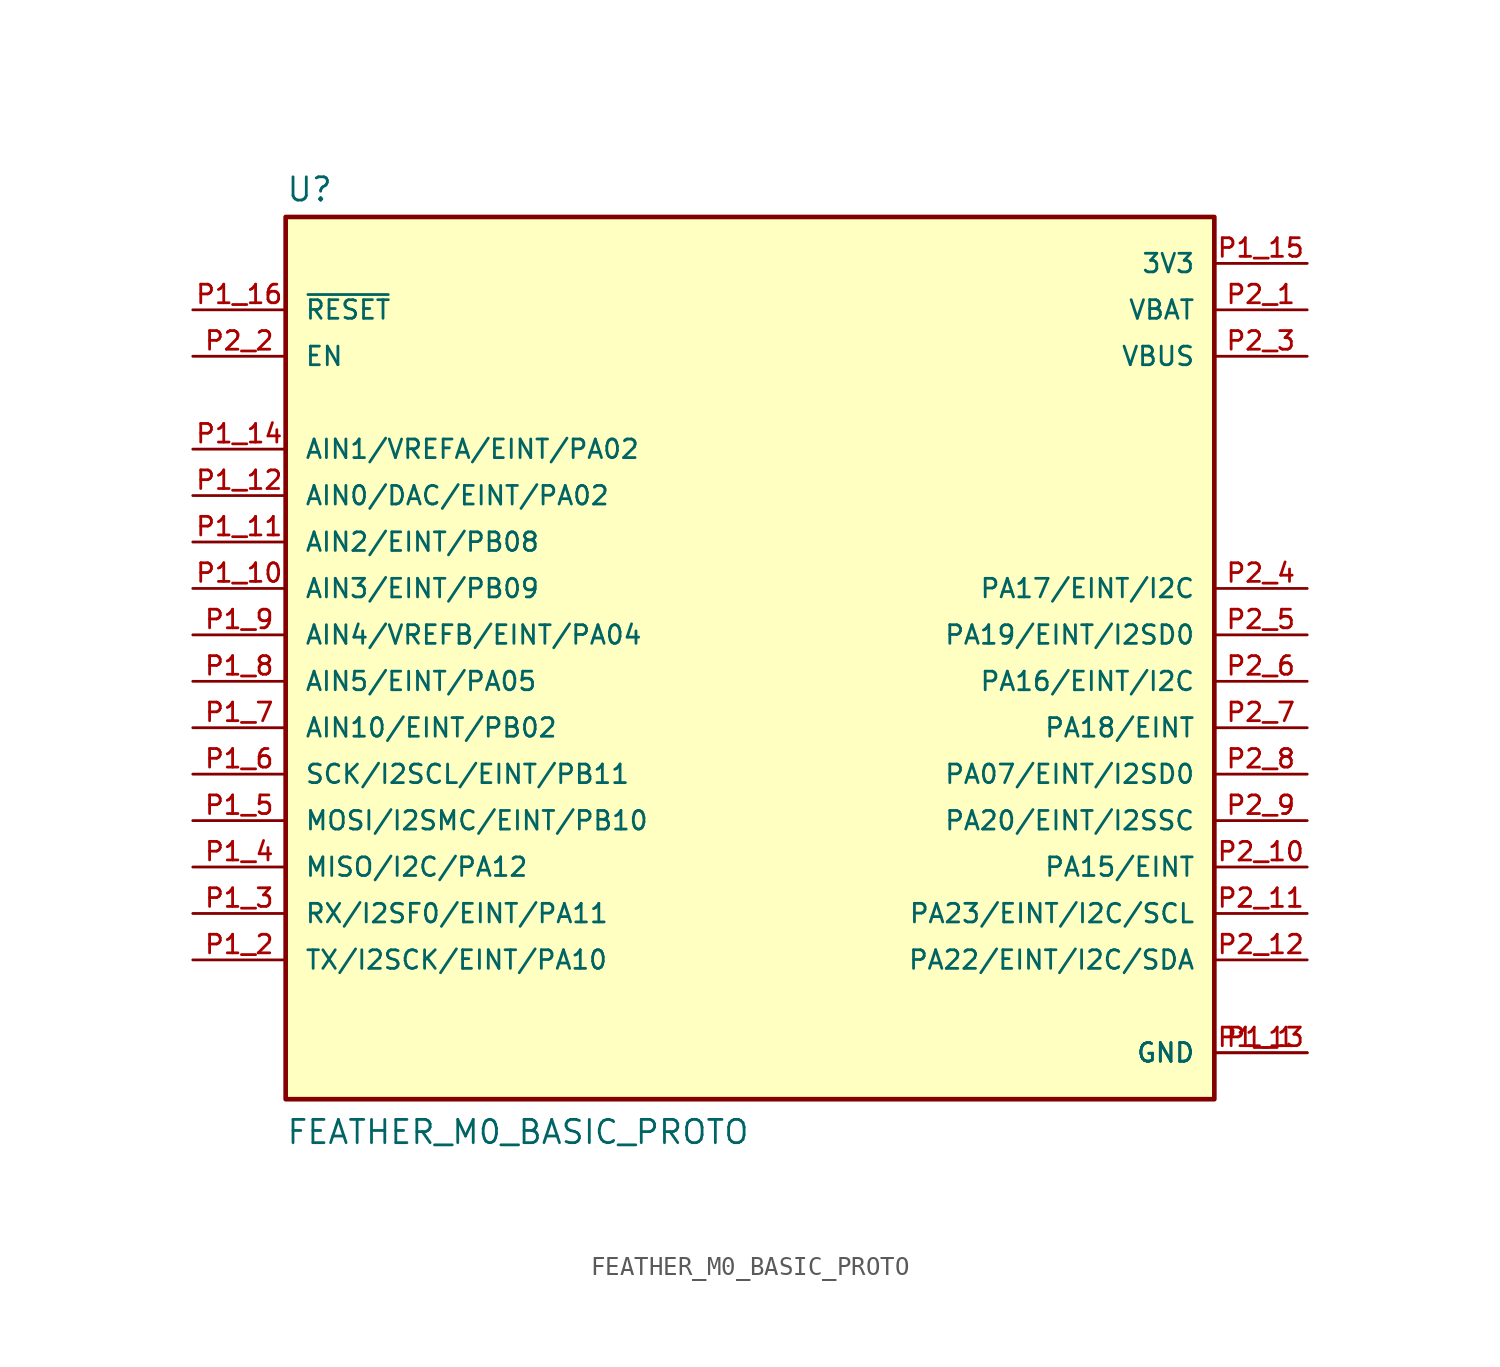
<source format=kicad_sym>
(kicad_symbol_lib
  (version 20211014)
  (generator kicad_symbol_editor)
  (symbol "FEATHER_M0_BASIC_PROTO"
    (pin_names
      (offset 1.016))
    (property "Reference" "U"
      (at -25.4 26.162 0)
      (effects (font (size 1.27 1.27)) (justify bottom left)))
    (property "Value" "FEATHER_M0_BASIC_PROTO"
      (at -25.4 -25.4 0)
      (effects (font (size 1.27 1.27)) (justify bottom left)))
    (symbol "FEATHER_M0_BASIC_PROTO_0_0"
      (rectangle (start -25.4 -22.86) (end 25.4 25.4) (stroke (width 0.254)) (fill (type background)))
      (pin input line (at -30.48 20.32 0) (length 5.08) (name "~{RESET}" (effects (font (size 1.016 1.016)))) (number "P1_16" (effects (font (size 1.016 1.016)))))
      (pin power_in line (at 30.48 22.86 180.0) (length 5.08) (name "3V3" (effects (font (size 1.016 1.016)))) (number "P1_15" (effects (font (size 1.016 1.016)))))
      (pin bidirectional line (at -30.48 12.7 0) (length 5.08) (name "AIN1/VREFA/EINT/PA02" (effects (font (size 1.016 1.016)))) (number "P1_14" (effects (font (size 1.016 1.016)))))
      (pin bidirectional line (at -30.48 10.16 0) (length 5.08) (name "AIN0/DAC/EINT/PA02" (effects (font (size 1.016 1.016)))) (number "P1_12" (effects (font (size 1.016 1.016)))))
      (pin bidirectional line (at -30.48 7.62 0) (length 5.08) (name "AIN2/EINT/PB08" (effects (font (size 1.016 1.016)))) (number "P1_11" (effects (font (size 1.016 1.016)))))
      (pin bidirectional line (at -30.48 5.08 0) (length 5.08) (name "AIN3/EINT/PB09" (effects (font (size 1.016 1.016)))) (number "P1_10" (effects (font (size 1.016 1.016)))))
      (pin bidirectional line (at -30.48 2.54 0) (length 5.08) (name "AIN4/VREFB/EINT/PA04" (effects (font (size 1.016 1.016)))) (number "P1_9" (effects (font (size 1.016 1.016)))))
      (pin bidirectional line (at -30.48 0.0 0) (length 5.08) (name "AIN5/EINT/PA05" (effects (font (size 1.016 1.016)))) (number "P1_8" (effects (font (size 1.016 1.016)))))
      (pin bidirectional line (at -30.48 -2.54 0) (length 5.08) (name "AIN10/EINT/PB02" (effects (font (size 1.016 1.016)))) (number "P1_7" (effects (font (size 1.016 1.016)))))
      (pin bidirectional line (at -30.48 -5.08 0) (length 5.08) (name "SCK/I2SCL/EINT/PB11" (effects (font (size 1.016 1.016)))) (number "P1_6" (effects (font (size 1.016 1.016)))))
      (pin bidirectional line (at -30.48 -7.62 0) (length 5.08) (name "MOSI/I2SMC/EINT/PB10" (effects (font (size 1.016 1.016)))) (number "P1_5" (effects (font (size 1.016 1.016)))))
      (pin bidirectional line (at -30.48 -10.16 0) (length 5.08) (name "MISO/I2C/PA12" (effects (font (size 1.016 1.016)))) (number "P1_4" (effects (font (size 1.016 1.016)))))
      (pin bidirectional line (at -30.48 -12.7 0) (length 5.08) (name "RX/I2SF0/EINT/PA11" (effects (font (size 1.016 1.016)))) (number "P1_3" (effects (font (size 1.016 1.016)))))
      (pin bidirectional line (at -30.48 -15.24 0) (length 5.08) (name "TX/I2SCK/EINT/PA10" (effects (font (size 1.016 1.016)))) (number "P1_2" (effects (font (size 1.016 1.016)))))
      (pin power_in line (at 30.48 -20.32 180.0) (length 5.08) (name "GND" (effects (font (size 1.016 1.016)))) (number "P1_1" (effects (font (size 1.016 1.016)))))
      (pin power_in line (at 30.48 -20.32 180.0) (length 5.08) (name "GND" (effects (font (size 1.016 1.016)))) (number "P1_13" (effects (font (size 1.016 1.016)))))
      (pin power_in line (at 30.48 17.78 180.0) (length 5.08) (name "VBUS" (effects (font (size 1.016 1.016)))) (number "P2_3" (effects (font (size 1.016 1.016)))))
      (pin input line (at -30.48 17.78 0) (length 5.08) (name "EN" (effects (font (size 1.016 1.016)))) (number "P2_2" (effects (font (size 1.016 1.016)))))
      (pin bidirectional line (at 30.48 -15.24 180.0) (length 5.08) (name "PA22/EINT/I2C/SDA" (effects (font (size 1.016 1.016)))) (number "P2_12" (effects (font (size 1.016 1.016)))))
      (pin bidirectional line (at 30.48 -12.7 180.0) (length 5.08) (name "PA23/EINT/I2C/SCL" (effects (font (size 1.016 1.016)))) (number "P2_11" (effects (font (size 1.016 1.016)))))
      (pin bidirectional line (at 30.48 -10.16 180.0) (length 5.08) (name "PA15/EINT" (effects (font (size 1.016 1.016)))) (number "P2_10" (effects (font (size 1.016 1.016)))))
      (pin bidirectional line (at 30.48 -7.62 180.0) (length 5.08) (name "PA20/EINT/I2SSC" (effects (font (size 1.016 1.016)))) (number "P2_9" (effects (font (size 1.016 1.016)))))
      (pin bidirectional line (at 30.48 -5.08 180.0) (length 5.08) (name "PA07/EINT/I2SD0" (effects (font (size 1.016 1.016)))) (number "P2_8" (effects (font (size 1.016 1.016)))))
      (pin bidirectional line (at 30.48 -2.54 180.0) (length 5.08) (name "PA18/EINT" (effects (font (size 1.016 1.016)))) (number "P2_7" (effects (font (size 1.016 1.016)))))
      (pin power_in line (at 30.48 20.32 180.0) (length 5.08) (name "VBAT" (effects (font (size 1.016 1.016)))) (number "P2_1" (effects (font (size 1.016 1.016)))))
      (pin bidirectional line (at 30.48 0.0 180.0) (length 5.08) (name "PA16/EINT/I2C" (effects (font (size 1.016 1.016)))) (number "P2_6" (effects (font (size 1.016 1.016)))))
      (pin bidirectional line (at 30.48 2.54 180.0) (length 5.08) (name "PA19/EINT/I2SD0" (effects (font (size 1.016 1.016)))) (number "P2_5" (effects (font (size 1.016 1.016)))))
      (pin bidirectional line (at 30.48 5.08 180.0) (length 5.08) (name "PA17/EINT/I2C" (effects (font (size 1.016 1.016)))) (number "P2_4" (effects (font (size 1.016 1.016))))))))
</source>
